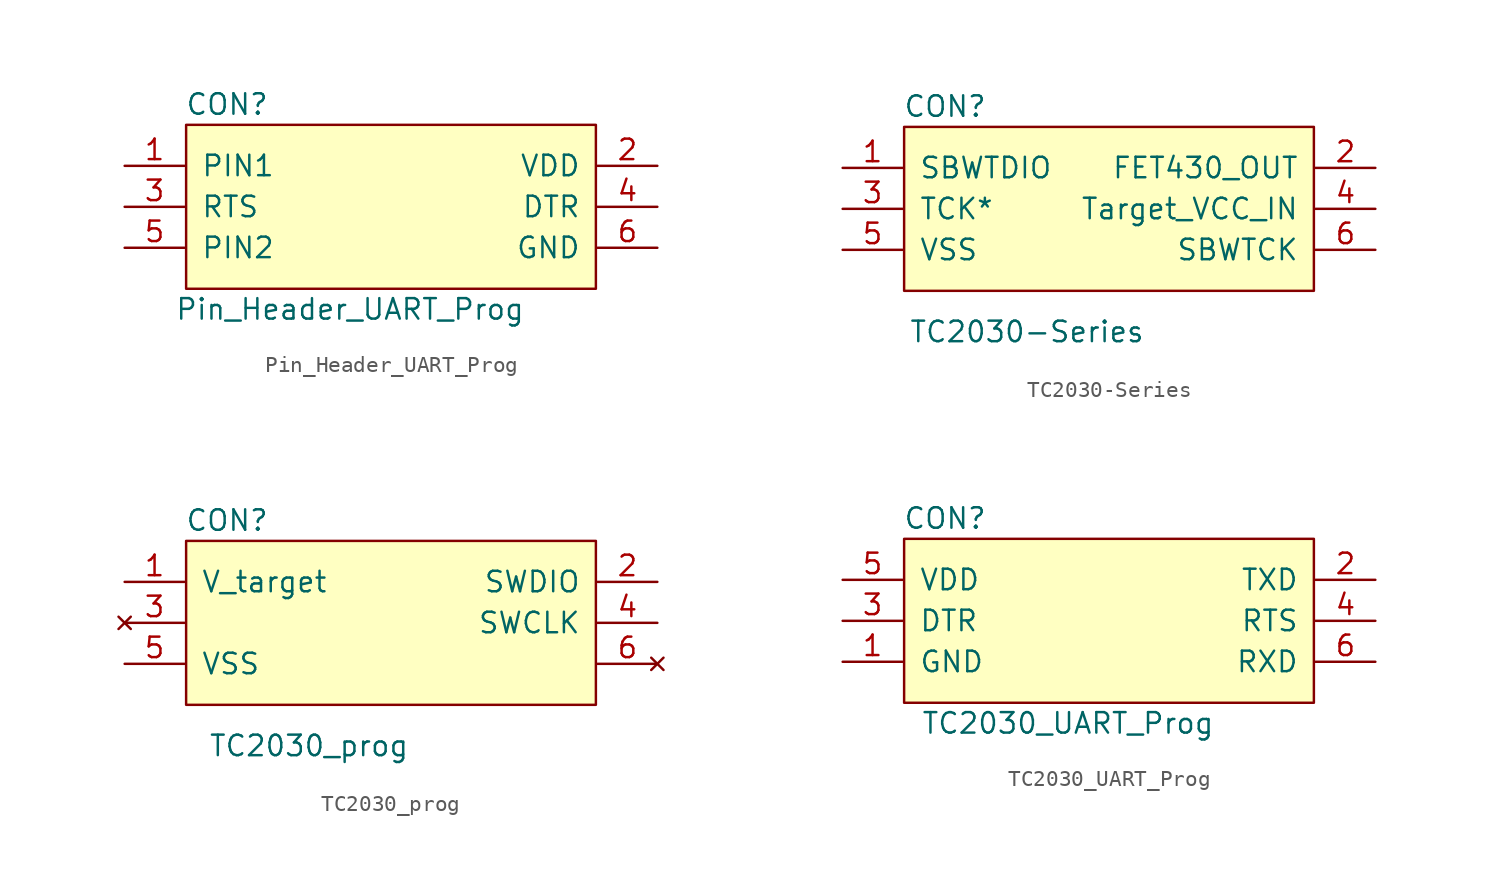
<source format=kicad_sym>
(kicad_symbol_lib
  (version 20220914)
  (generator kicad_symbol_editor)
  (symbol "Pin_Header_UART_Prog"
    (pin_names
      (offset 1.016))
    (property "Reference" "CON"
      (at -10.16 6.35 0)
      (effects (font (size 1.27 1.27))))
    (property "Value" "Pin_Header_UART_Prog"
      (at -2.54 -6.35 0)
      (effects (font (size 1.27 1.27))))
    (symbol "Pin_Header_UART_Prog_0_1"
      (rectangle (start -12.7 5.08) (end 12.7 -5.08) (stroke (width 0) (type default)) (fill (type background))))
    (symbol "Pin_Header_UART_Prog_1_1"
      (pin passive line (at -16.51 2.54 0) (length 3.708) (name "PIN1" (effects (font (size 1.27 1.27)))) (number "1" (effects (font (size 1.27 1.27)))))
      (pin passive line (at 16.51 2.54 180) (length 3.708) (name "VDD" (effects (font (size 1.27 1.27)))) (number "2" (effects (font (size 1.27 1.27)))))
      (pin passive line (at -16.51 0 0) (length 3.708) (name "RTS" (effects (font (size 1.27 1.27)))) (number "3" (effects (font (size 1.27 1.27)))))
      (pin passive line (at 16.51 0 180) (length 3.708) (name "DTR" (effects (font (size 1.27 1.27)))) (number "4" (effects (font (size 1.27 1.27)))))
      (pin passive line (at -16.51 -2.54 0) (length 3.708) (name "PIN2" (effects (font (size 1.27 1.27)))) (number "5" (effects (font (size 1.27 1.27)))))
      (pin passive line (at 16.51 -2.54 180) (length 3.708) (name "GND" (effects (font (size 1.27 1.27)))) (number "6" (effects (font (size 1.27 1.27)))))))
  (symbol "TC2030-Series"
    (pin_names
      (offset 1.016))
    (property "Reference" "CON"
      (at -10.16 6.35 0)
      (effects (font (size 1.27 1.27))))
    (property "Value" "TC2030-Series"
      (at -5.08 -7.62 0)
      (effects (font (size 1.27 1.27))))
    (symbol "TC2030-Series_0_1"
      (rectangle (start -12.7 5.08) (end 12.7 -5.08) (stroke (width 0) (type default)) (fill (type background))))
    (symbol "TC2030-Series_1_1"
      (pin passive line (at -16.51 2.54 0) (length 3.708) (name "SBWTDIO" (effects (font (size 1.27 1.27)))) (number "1" (effects (font (size 1.27 1.27)))))
      (pin passive line (at 16.51 2.54 180) (length 3.708) (name "FET430_OUT" (effects (font (size 1.27 1.27)))) (number "2" (effects (font (size 1.27 1.27)))))
      (pin passive line (at -16.51 0 0) (length 3.708) (name "TCK*" (effects (font (size 1.27 1.27)))) (number "3" (effects (font (size 1.27 1.27)))))
      (pin passive line (at 16.51 0 180) (length 3.708) (name "Target_VCC_IN" (effects (font (size 1.27 1.27)))) (number "4" (effects (font (size 1.27 1.27)))))
      (pin passive line (at -16.51 -2.54 0) (length 3.708) (name "VSS" (effects (font (size 1.27 1.27)))) (number "5" (effects (font (size 1.27 1.27)))))
      (pin passive line (at 16.51 -2.54 180) (length 3.708) (name "SBWTCK" (effects (font (size 1.27 1.27)))) (number "6" (effects (font (size 1.27 1.27)))))))
  (symbol "TC2030_prog"
    (pin_names
      (offset 1.016))
    (property "Reference" "CON"
      (at -10.16 6.35 0)
      (effects (font (size 1.27 1.27))))
    (property "Value" "TC2030_prog"
      (at -5.08 -7.62 0)
      (effects (font (size 1.27 1.27))))
    (symbol "TC2030_prog_0_1"
      (rectangle (start -12.7 5.08) (end 12.7 -5.08) (stroke (width 0) (type default)) (fill (type background))))
    (symbol "TC2030_prog_1_1"
      (pin passive line (at -16.51 2.54 0) (length 3.708) (name "V_target" (effects (font (size 1.27 1.27)))) (number "1" (effects (font (size 1.27 1.27)))))
      (pin passive line (at 16.51 2.54 180) (length 3.708) (name "SWDIO" (effects (font (size 1.27 1.27)))) (number "2" (effects (font (size 1.27 1.27)))))
      (pin no_connect line (at -16.51 0 0) (length 3.708) (name "~" (effects (font (size 1.27 1.27)))) (number "3" (effects (font (size 1.27 1.27)))))
      (pin passive line (at 16.51 0 180) (length 3.708) (name "SWCLK" (effects (font (size 1.27 1.27)))) (number "4" (effects (font (size 1.27 1.27)))))
      (pin passive line (at -16.51 -2.54 0) (length 3.708) (name "VSS" (effects (font (size 1.27 1.27)))) (number "5" (effects (font (size 1.27 1.27)))))
      (pin no_connect line (at 16.51 -2.54 180) (length 3.708) (name "~" (effects (font (size 1.27 1.27)))) (number "6" (effects (font (size 1.27 1.27)))))))
  (symbol "TC2030_UART_Prog"
    (pin_names
      (offset 1.016))
    (property "Reference" "CON"
      (at -10.16 6.35 0)
      (effects (font (size 1.27 1.27))))
    (property "Value" "TC2030_UART_Prog"
      (at -2.54 -6.35 0)
      (effects (font (size 1.27 1.27))))
    (symbol "TC2030_UART_Prog_0_1"
      (rectangle (start -12.7 5.08) (end 12.7 -5.08) (stroke (width 0) (type default)) (fill (type background))))
    (symbol "TC2030_UART_Prog_1_1"
      (pin passive line (at -16.51 -2.54 0) (length 3.708) (name "GND" (effects (font (size 1.27 1.27)))) (number "1" (effects (font (size 1.27 1.27)))))
      (pin passive line (at 16.51 2.54 180) (length 3.708) (name "TXD" (effects (font (size 1.27 1.27)))) (number "2" (effects (font (size 1.27 1.27)))))
      (pin passive line (at -16.51 0 0) (length 3.708) (name "DTR" (effects (font (size 1.27 1.27)))) (number "3" (effects (font (size 1.27 1.27)))))
      (pin passive line (at 16.51 0 180) (length 3.708) (name "RTS" (effects (font (size 1.27 1.27)))) (number "4" (effects (font (size 1.27 1.27)))))
      (pin passive line (at -16.51 2.54 0) (length 3.708) (name "VDD" (effects (font (size 1.27 1.27)))) (number "5" (effects (font (size 1.27 1.27)))))
      (pin passive line (at 16.51 -2.54 180) (length 3.708) (name "RXD" (effects (font (size 1.27 1.27)))) (number "6" (effects (font (size 1.27 1.27))))))))
</source>
